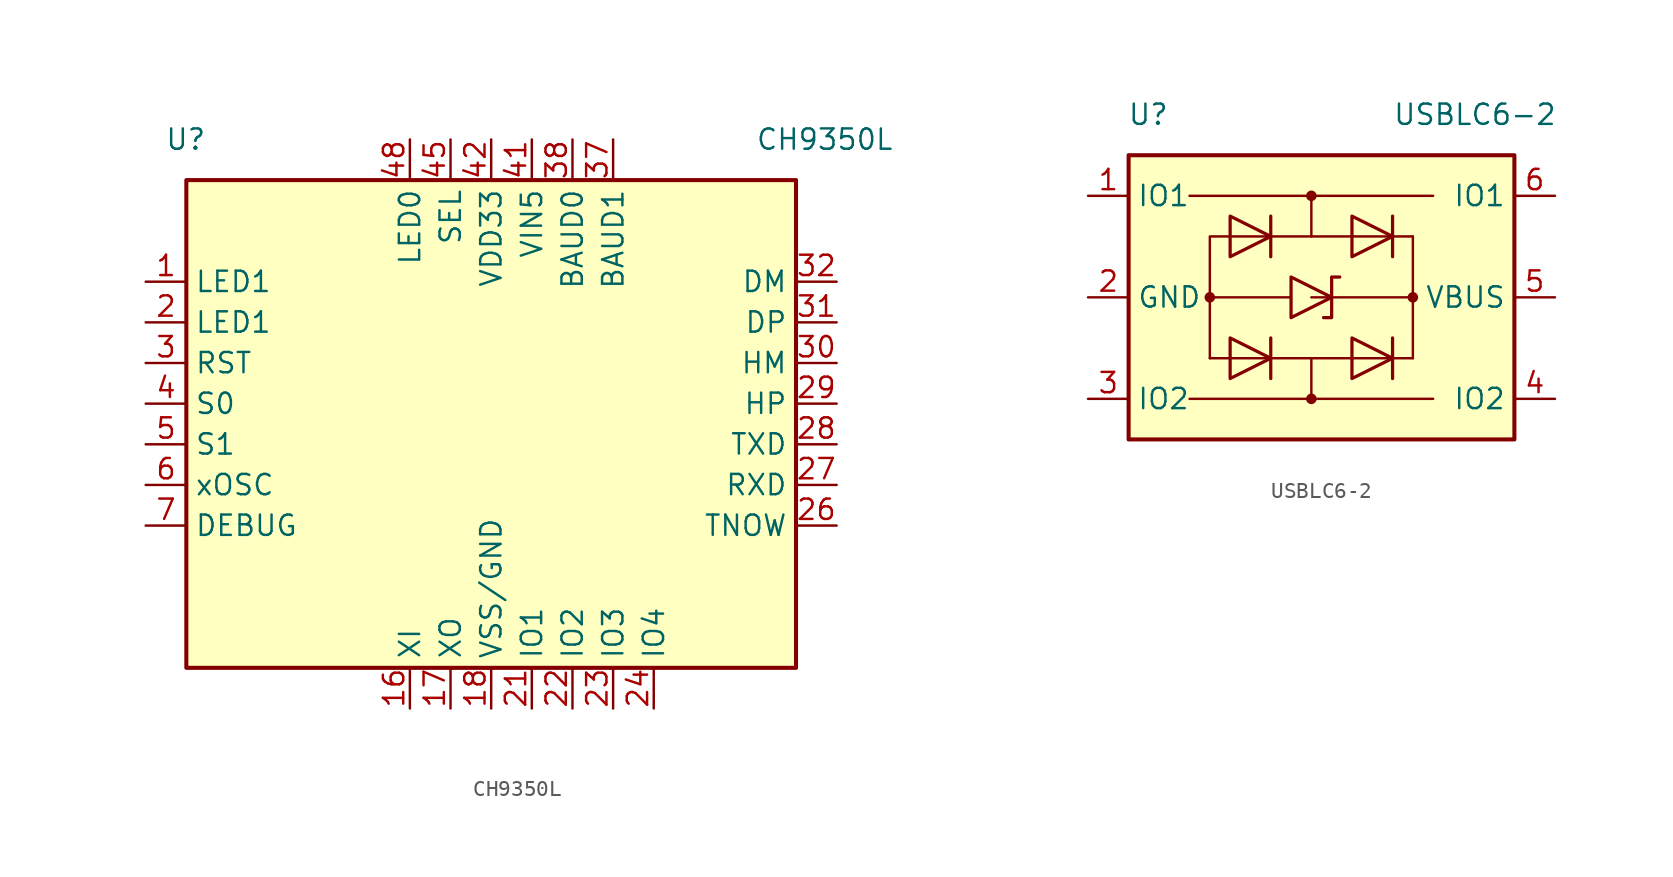
<source format=kicad_sym>
(kicad_symbol_lib
  (version 20220914)
  (generator kicad_symbol_editor)
  (symbol "CH9350L"
    (property "Reference" "U"
      (at -17.78 16.51 0)
      (effects (font (size 1.27 1.27)) (justify right)))
    (property "Value" "CH9350L"
      (at 16.51 16.51 0)
      (effects (font (size 1.27 1.27)) (justify left)))
    (symbol "CH9350L_0_1"
      (rectangle (start -19.05 13.97) (end 19.05 -16.51) (stroke (width 0.254) (type default)) (fill (type background))))
    (symbol "CH9350L_1_1"
      (pin output line (at -21.59 7.62 0) (length 2.54) (name "LED1" (effects (font (size 1.27 1.27)))) (number "1" (effects (font (size 1.27 1.27)))))
      (pin no_connect line (at -21.59 -10.16 0) (length 2.54) hide (name "NC" (effects (font (size 1.27 1.27)))) (number "10" (effects (font (size 1.27 1.27)))))
      (pin no_connect line (at -21.59 -12.7 0) (length 2.54) hide (name "NC" (effects (font (size 1.27 1.27)))) (number "11" (effects (font (size 1.27 1.27)))))
      (pin no_connect line (at -21.59 -15.24 0) (length 2.54) hide (name "NC" (effects (font (size 1.27 1.27)))) (number "12" (effects (font (size 1.27 1.27)))))
      (pin no_connect line (at -12.7 -19.05 90) (length 2.54) hide (name "NC" (effects (font (size 1.27 1.27)))) (number "13" (effects (font (size 1.27 1.27)))))
      (pin no_connect line (at -10.16 -19.05 90) (length 2.54) hide (name "NC" (effects (font (size 1.27 1.27)))) (number "14" (effects (font (size 1.27 1.27)))))
      (pin no_connect line (at -7.62 -19.05 90) (length 2.54) hide (name "NC" (effects (font (size 1.27 1.27)))) (number "15" (effects (font (size 1.27 1.27)))))
      (pin input line (at -5.08 -19.05 90) (length 2.54) (name "XI" (effects (font (size 1.27 1.27)))) (number "16" (effects (font (size 1.27 1.27)))))
      (pin output line (at -2.54 -19.05 90) (length 2.54) (name "XO" (effects (font (size 1.27 1.27)))) (number "17" (effects (font (size 1.27 1.27)))))
      (pin power_in line (at 0 -19.05 90) (length 2.54) (name "VSS/GND" (effects (font (size 1.27 1.27)))) (number "18" (effects (font (size 1.27 1.27)))))
      (pin no_connect line (at 12.7 -19.05 90) (length 2.54) hide (name "NC" (effects (font (size 1.27 1.27)))) (number "19" (effects (font (size 1.27 1.27)))))
      (pin output line (at -21.59 5.08 0) (length 2.54) (name "LED1" (effects (font (size 1.27 1.27)))) (number "2" (effects (font (size 1.27 1.27)))))
      (pin no_connect line (at 15.24 -19.05 90) (length 2.54) hide (name "NC" (effects (font (size 1.27 1.27)))) (number "20" (effects (font (size 1.27 1.27)))))
      (pin bidirectional line (at 2.54 -19.05 90) (length 2.54) (name "IO1" (effects (font (size 1.27 1.27)))) (number "21" (effects (font (size 1.27 1.27)))))
      (pin bidirectional line (at 5.08 -19.05 90) (length 2.54) (name "IO2" (effects (font (size 1.27 1.27)))) (number "22" (effects (font (size 1.27 1.27)))))
      (pin bidirectional line (at 7.62 -19.05 90) (length 2.54) (name "IO3" (effects (font (size 1.27 1.27)))) (number "23" (effects (font (size 1.27 1.27)))))
      (pin bidirectional line (at 10.16 -19.05 90) (length 2.54) (name "IO4" (effects (font (size 1.27 1.27)))) (number "24" (effects (font (size 1.27 1.27)))))
      (pin no_connect line (at 21.59 -15.24 180) (length 2.54) hide (name "NC" (effects (font (size 1.27 1.27)))) (number "25" (effects (font (size 1.27 1.27)))))
      (pin output line (at 21.59 -7.62 180) (length 2.54) (name "TNOW" (effects (font (size 1.27 1.27)))) (number "26" (effects (font (size 1.27 1.27)))))
      (pin input line (at 21.59 -5.08 180) (length 2.54) (name "RXD" (effects (font (size 1.27 1.27)))) (number "27" (effects (font (size 1.27 1.27)))))
      (pin output line (at 21.59 -2.54 180) (length 2.54) (name "TXD" (effects (font (size 1.27 1.27)))) (number "28" (effects (font (size 1.27 1.27)))))
      (pin bidirectional line (at 21.59 0 180) (length 2.54) (name "HP" (effects (font (size 1.27 1.27)))) (number "29" (effects (font (size 1.27 1.27)))))
      (pin input line (at -21.59 2.54 0) (length 2.54) (name "RST" (effects (font (size 1.27 1.27)))) (number "3" (effects (font (size 1.27 1.27)))))
      (pin bidirectional line (at 21.59 2.54 180) (length 2.54) (name "HM" (effects (font (size 1.27 1.27)))) (number "30" (effects (font (size 1.27 1.27)))))
      (pin bidirectional line (at 21.59 5.08 180) (length 2.54) (name "DP" (effects (font (size 1.27 1.27)))) (number "31" (effects (font (size 1.27 1.27)))))
      (pin bidirectional line (at 21.59 7.62 180) (length 2.54) (name "DM" (effects (font (size 1.27 1.27)))) (number "32" (effects (font (size 1.27 1.27)))))
      (pin no_connect line (at 21.59 -12.7 180) (length 2.54) hide (name "NC" (effects (font (size 1.27 1.27)))) (number "33" (effects (font (size 1.27 1.27)))))
      (pin no_connect line (at 21.59 -10.16 180) (length 2.54) hide (name "NC" (effects (font (size 1.27 1.27)))) (number "34" (effects (font (size 1.27 1.27)))))
      (pin no_connect line (at 21.59 10.16 180) (length 2.54) hide (name "NC" (effects (font (size 1.27 1.27)))) (number "35" (effects (font (size 1.27 1.27)))))
      (pin no_connect line (at 21.59 12.7 180) (length 2.54) hide (name "NC" (effects (font (size 1.27 1.27)))) (number "36" (effects (font (size 1.27 1.27)))))
      (pin input line (at 7.62 16.51 270) (length 2.54) (name "BAUD1" (effects (font (size 1.27 1.27)))) (number "37" (effects (font (size 1.27 1.27)))))
      (pin input line (at 5.08 16.51 270) (length 2.54) (name "BAUD0" (effects (font (size 1.27 1.27)))) (number "38" (effects (font (size 1.27 1.27)))))
      (pin no_connect line (at 15.24 16.51 270) (length 2.54) hide (name "NC" (effects (font (size 1.27 1.27)))) (number "39" (effects (font (size 1.27 1.27)))))
      (pin input line (at -21.59 0 0) (length 2.54) (name "S0" (effects (font (size 1.27 1.27)))) (number "4" (effects (font (size 1.27 1.27)))))
      (pin no_connect line (at 12.7 16.51 270) (length 2.54) hide (name "NC" (effects (font (size 1.27 1.27)))) (number "40" (effects (font (size 1.27 1.27)))))
      (pin power_in line (at 2.54 16.51 270) (length 2.54) (name "VIN5" (effects (font (size 1.27 1.27)))) (number "41" (effects (font (size 1.27 1.27)))))
      (pin power_in line (at 0 16.51 270) (length 2.54) (name "VDD33" (effects (font (size 1.27 1.27)))) (number "42" (effects (font (size 1.27 1.27)))))
      (pin no_connect line (at 10.16 16.51 270) (length 2.54) hide (name "NC" (effects (font (size 1.27 1.27)))) (number "43" (effects (font (size 1.27 1.27)))))
      (pin no_connect line (at -7.62 16.51 270) (length 2.54) hide (name "NC" (effects (font (size 1.27 1.27)))) (number "44" (effects (font (size 1.27 1.27)))))
      (pin input line (at -2.54 16.51 270) (length 2.54) (name "SEL" (effects (font (size 1.27 1.27)))) (number "45" (effects (font (size 1.27 1.27)))))
      (pin no_connect line (at -10.16 16.51 270) (length 2.54) hide (name "NC" (effects (font (size 1.27 1.27)))) (number "46" (effects (font (size 1.27 1.27)))))
      (pin no_connect line (at -12.7 16.51 270) (length 2.54) hide (name "NC" (effects (font (size 1.27 1.27)))) (number "47" (effects (font (size 1.27 1.27)))))
      (pin output line (at -5.08 16.51 270) (length 2.54) (name "LED0" (effects (font (size 1.27 1.27)))) (number "48" (effects (font (size 1.27 1.27)))))
      (pin input line (at -21.59 -2.54 0) (length 2.54) (name "S1" (effects (font (size 1.27 1.27)))) (number "5" (effects (font (size 1.27 1.27)))))
      (pin input line (at -21.59 -5.08 0) (length 2.54) (name "xOSC" (effects (font (size 1.27 1.27)))) (number "6" (effects (font (size 1.27 1.27)))))
      (pin input line (at -21.59 -7.62 0) (length 2.54) (name "DEBUG" (effects (font (size 1.27 1.27)))) (number "7" (effects (font (size 1.27 1.27)))))
      (pin no_connect line (at -21.59 12.7 0) (length 2.54) hide (name "NC" (effects (font (size 1.27 1.27)))) (number "8" (effects (font (size 1.27 1.27)))))
      (pin no_connect line (at -21.59 10.16 0) (length 2.54) hide (name "NC" (effects (font (size 1.27 1.27)))) (number "9" (effects (font (size 1.27 1.27)))))))
  (symbol "USBLC6-2"
    (property "Reference" "U"
      (at -8.89 11.43 0)
      (effects (font (size 1.27 1.27)) (justify right)))
    (property "Value" "USBLC6-2"
      (at 5.08 11.43 0)
      (effects (font (size 1.27 1.27)) (justify left)))
    (symbol "USBLC6-2_0_1"
      (rectangle (start -11.43 8.89) (end 12.7 -8.89) (stroke (width 0.254) (type default)) (fill (type background)))
      (polyline (pts (xy -7.62 -6.35) (xy 7.62 -6.35)) (stroke (width 0) (type default)) (fill (type none)))
      (polyline (pts (xy -7.62 6.35) (xy 7.62 6.35)) (stroke (width 0) (type default)) (fill (type none)))
      (polyline (pts (xy 0 -3.81) (xy 0 -6.35)) (stroke (width 0) (type default)) (fill (type none)))
      (polyline (pts (xy 0 3.81) (xy 0 6.35)) (stroke (width 0) (type default)) (fill (type none)))
      (polyline (pts (xy 2.54 -3.81) (xy -6.35 -3.81)) (stroke (width 0) (type default)) (fill (type none)))
      (polyline (pts (xy 2.54 3.81) (xy -5.08 3.81)) (stroke (width 0) (type default)) (fill (type none)))
      (polyline (pts (xy 6.35 -3.81) (xy 2.54 -3.81)) (stroke (width 0) (type default)) (fill (type none)))
      (polyline (pts (xy 6.35 0) (xy 0 0)) (stroke (width 0) (type default)) (fill (type none)))
      (polyline (pts (xy 6.35 3.81) (xy 2.54 3.81)) (stroke (width 0) (type default)) (fill (type none)))
      (polyline (pts (xy 6.35 3.81) (xy 6.35 -3.81)) (stroke (width 0) (type default)) (fill (type none)))
      (polyline (pts (xy -6.35 -3.81) (xy -6.35 0) (xy -1.27 0)) (stroke (width 0) (type default)) (fill (type none)))
      (polyline (pts (xy -5.08 3.81) (xy -6.35 3.81) (xy -6.35 0)) (stroke (width 0) (type default)) (fill (type none)))
      (polyline (pts (xy -5.08 -5.08) (xy -2.54 -3.81) (xy -5.08 -2.54) (xy -5.08 -5.08)) (stroke (width 0.203) (type default)) (fill (type none)))
      (polyline (pts (xy -5.08 2.54) (xy -2.54 3.81) (xy -5.08 5.08) (xy -5.08 2.54)) (stroke (width 0.203) (type default)) (fill (type none)))
      (polyline (pts (xy -2.54 -2.54) (xy -2.54 -2.54) (xy -2.54 -5.08) (xy -2.54 -5.08)) (stroke (width 0.203) (type default)) (fill (type none)))
      (polyline (pts (xy -2.54 5.08) (xy -2.54 5.08) (xy -2.54 2.54) (xy -2.54 2.54)) (stroke (width 0.203) (type default)) (fill (type none)))
      (polyline (pts (xy -1.27 -1.27) (xy 1.27 0) (xy -1.27 1.27) (xy -1.27 -1.27)) (stroke (width 0.203) (type default)) (fill (type none)))
      (polyline (pts (xy 1.778 1.27) (xy 1.27 1.27) (xy 1.27 -1.27) (xy 0.762 -1.27)) (stroke (width 0.203) (type default)) (fill (type none)))
      (polyline (pts (xy 2.54 -5.08) (xy 5.08 -3.81) (xy 2.54 -2.54) (xy 2.54 -5.08)) (stroke (width 0.203) (type default)) (fill (type none)))
      (polyline (pts (xy 2.54 2.54) (xy 5.08 3.81) (xy 2.54 5.08) (xy 2.54 2.54)) (stroke (width 0.203) (type default)) (fill (type none)))
      (polyline (pts (xy 5.08 -2.54) (xy 5.08 -2.54) (xy 5.08 -5.08) (xy 5.08 -5.08)) (stroke (width 0.203) (type default)) (fill (type none)))
      (polyline (pts (xy 5.08 5.08) (xy 5.08 5.08) (xy 5.08 2.54) (xy 5.08 2.54)) (stroke (width 0.203) (type default)) (fill (type none))))
    (symbol "USBLC6-2_1_1"
      (circle (center -6.35 0) (radius 0.254) (stroke (width 0) (type default)) (fill (type outline)))
      (circle (center 0 -6.35) (radius 0.254) (stroke (width 0) (type default)) (fill (type outline)))
      (circle (center 0 6.35) (radius 0.254) (stroke (width 0) (type default)) (fill (type outline)))
      (circle (center 6.35 0) (radius 0.254) (stroke (width 0) (type default)) (fill (type outline)))
      (pin passive line (at -13.97 6.35 0) (length 2.54) (name "IO1" (effects (font (size 1.27 1.27)))) (number "1" (effects (font (size 1.27 1.27)))))
      (pin power_in line (at -13.97 0 0) (length 2.54) (name "GND" (effects (font (size 1.27 1.27)))) (number "2" (effects (font (size 1.27 1.27)))))
      (pin passive line (at -13.97 -6.35 0) (length 2.54) (name "IO2" (effects (font (size 1.27 1.27)))) (number "3" (effects (font (size 1.27 1.27)))))
      (pin passive line (at 15.24 -6.35 180) (length 2.54) (name "IO2" (effects (font (size 1.27 1.27)))) (number "4" (effects (font (size 1.27 1.27)))))
      (pin power_in line (at 15.24 0 180) (length 2.54) (name "VBUS" (effects (font (size 1.27 1.27)))) (number "5" (effects (font (size 1.27 1.27)))))
      (pin passive line (at 15.24 6.35 180) (length 2.54) (name "IO1" (effects (font (size 1.27 1.27)))) (number "6" (effects (font (size 1.27 1.27))))))))
</source>
